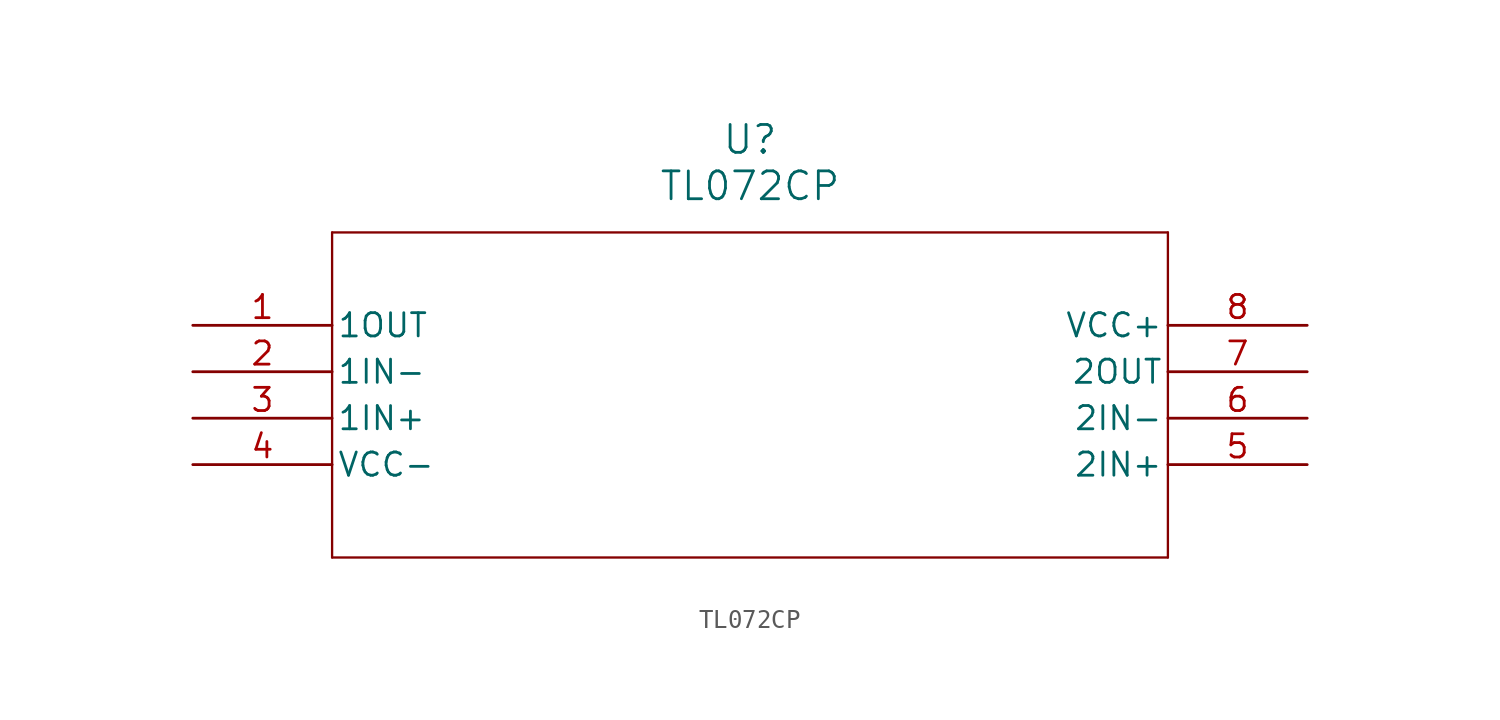
<source format=kicad_sym>
(kicad_symbol_lib
  (version 20211014)
  (generator kicad_symbol_editor)
  (symbol "TL072CP"
    (pin_names
      (offset 0.254))
    (property "Reference" "U"
      (at 30.48 10.16 0)
      (effects (font (size 1.524 1.524))))
    (property "Value" "TL072CP"
      (at 30.48 7.62 0)
      (effects (font (size 1.524 1.524))))
    (polyline
      (pts (xy 7.62 5.08) (xy 7.62 -12.7))
      (stroke (width 0.127) (type default) (color 0 0 0 0))
      (fill (type none)))
    (polyline
      (pts (xy 7.62 -12.7) (xy 53.34 -12.7))
      (stroke (width 0.127) (type default) (color 0 0 0 0))
      (fill (type none)))
    (polyline
      (pts (xy 53.34 -12.7) (xy 53.34 5.08))
      (stroke (width 0.127) (type default) (color 0 0 0 0))
      (fill (type none)))
    (polyline
      (pts (xy 53.34 5.08) (xy 7.62 5.08))
      (stroke (width 0.127) (type default) (color 0 0 0 0))
      (fill (type none)))
    (pin output line
      (at 0 0 0)
      (length 7.62)
      (name "1OUT" (effects (font (size 1.27 1.27))))
      (number "1" (effects (font (size 1.27 1.27)))))
    (pin input line
      (at 0 -2.54 0)
      (length 7.62)
      (name "1IN-" (effects (font (size 1.27 1.27))))
      (number "2" (effects (font (size 1.27 1.27)))))
    (pin input line
      (at 0 -5.08 0)
      (length 7.62)
      (name "1IN+" (effects (font (size 1.27 1.27))))
      (number "3" (effects (font (size 1.27 1.27)))))
    (pin power_in line
      (at 0 -7.62 0)
      (length 7.62)
      (name "VCC-" (effects (font (size 1.27 1.27))))
      (number "4" (effects (font (size 1.27 1.27)))))
    (pin input line
      (at 60.96 -7.62 180)
      (length 7.62)
      (name "2IN+" (effects (font (size 1.27 1.27))))
      (number "5" (effects (font (size 1.27 1.27)))))
    (pin input line
      (at 60.96 -5.08 180)
      (length 7.62)
      (name "2IN-" (effects (font (size 1.27 1.27))))
      (number "6" (effects (font (size 1.27 1.27)))))
    (pin output line
      (at 60.96 -2.54 180)
      (length 7.62)
      (name "2OUT" (effects (font (size 1.27 1.27))))
      (number "7" (effects (font (size 1.27 1.27)))))
    (pin power_in line
      (at 60.96 0 180)
      (length 7.62)
      (name "VCC+" (effects (font (size 1.27 1.27))))
      (number "8" (effects (font (size 1.27 1.27)))))))
</source>
